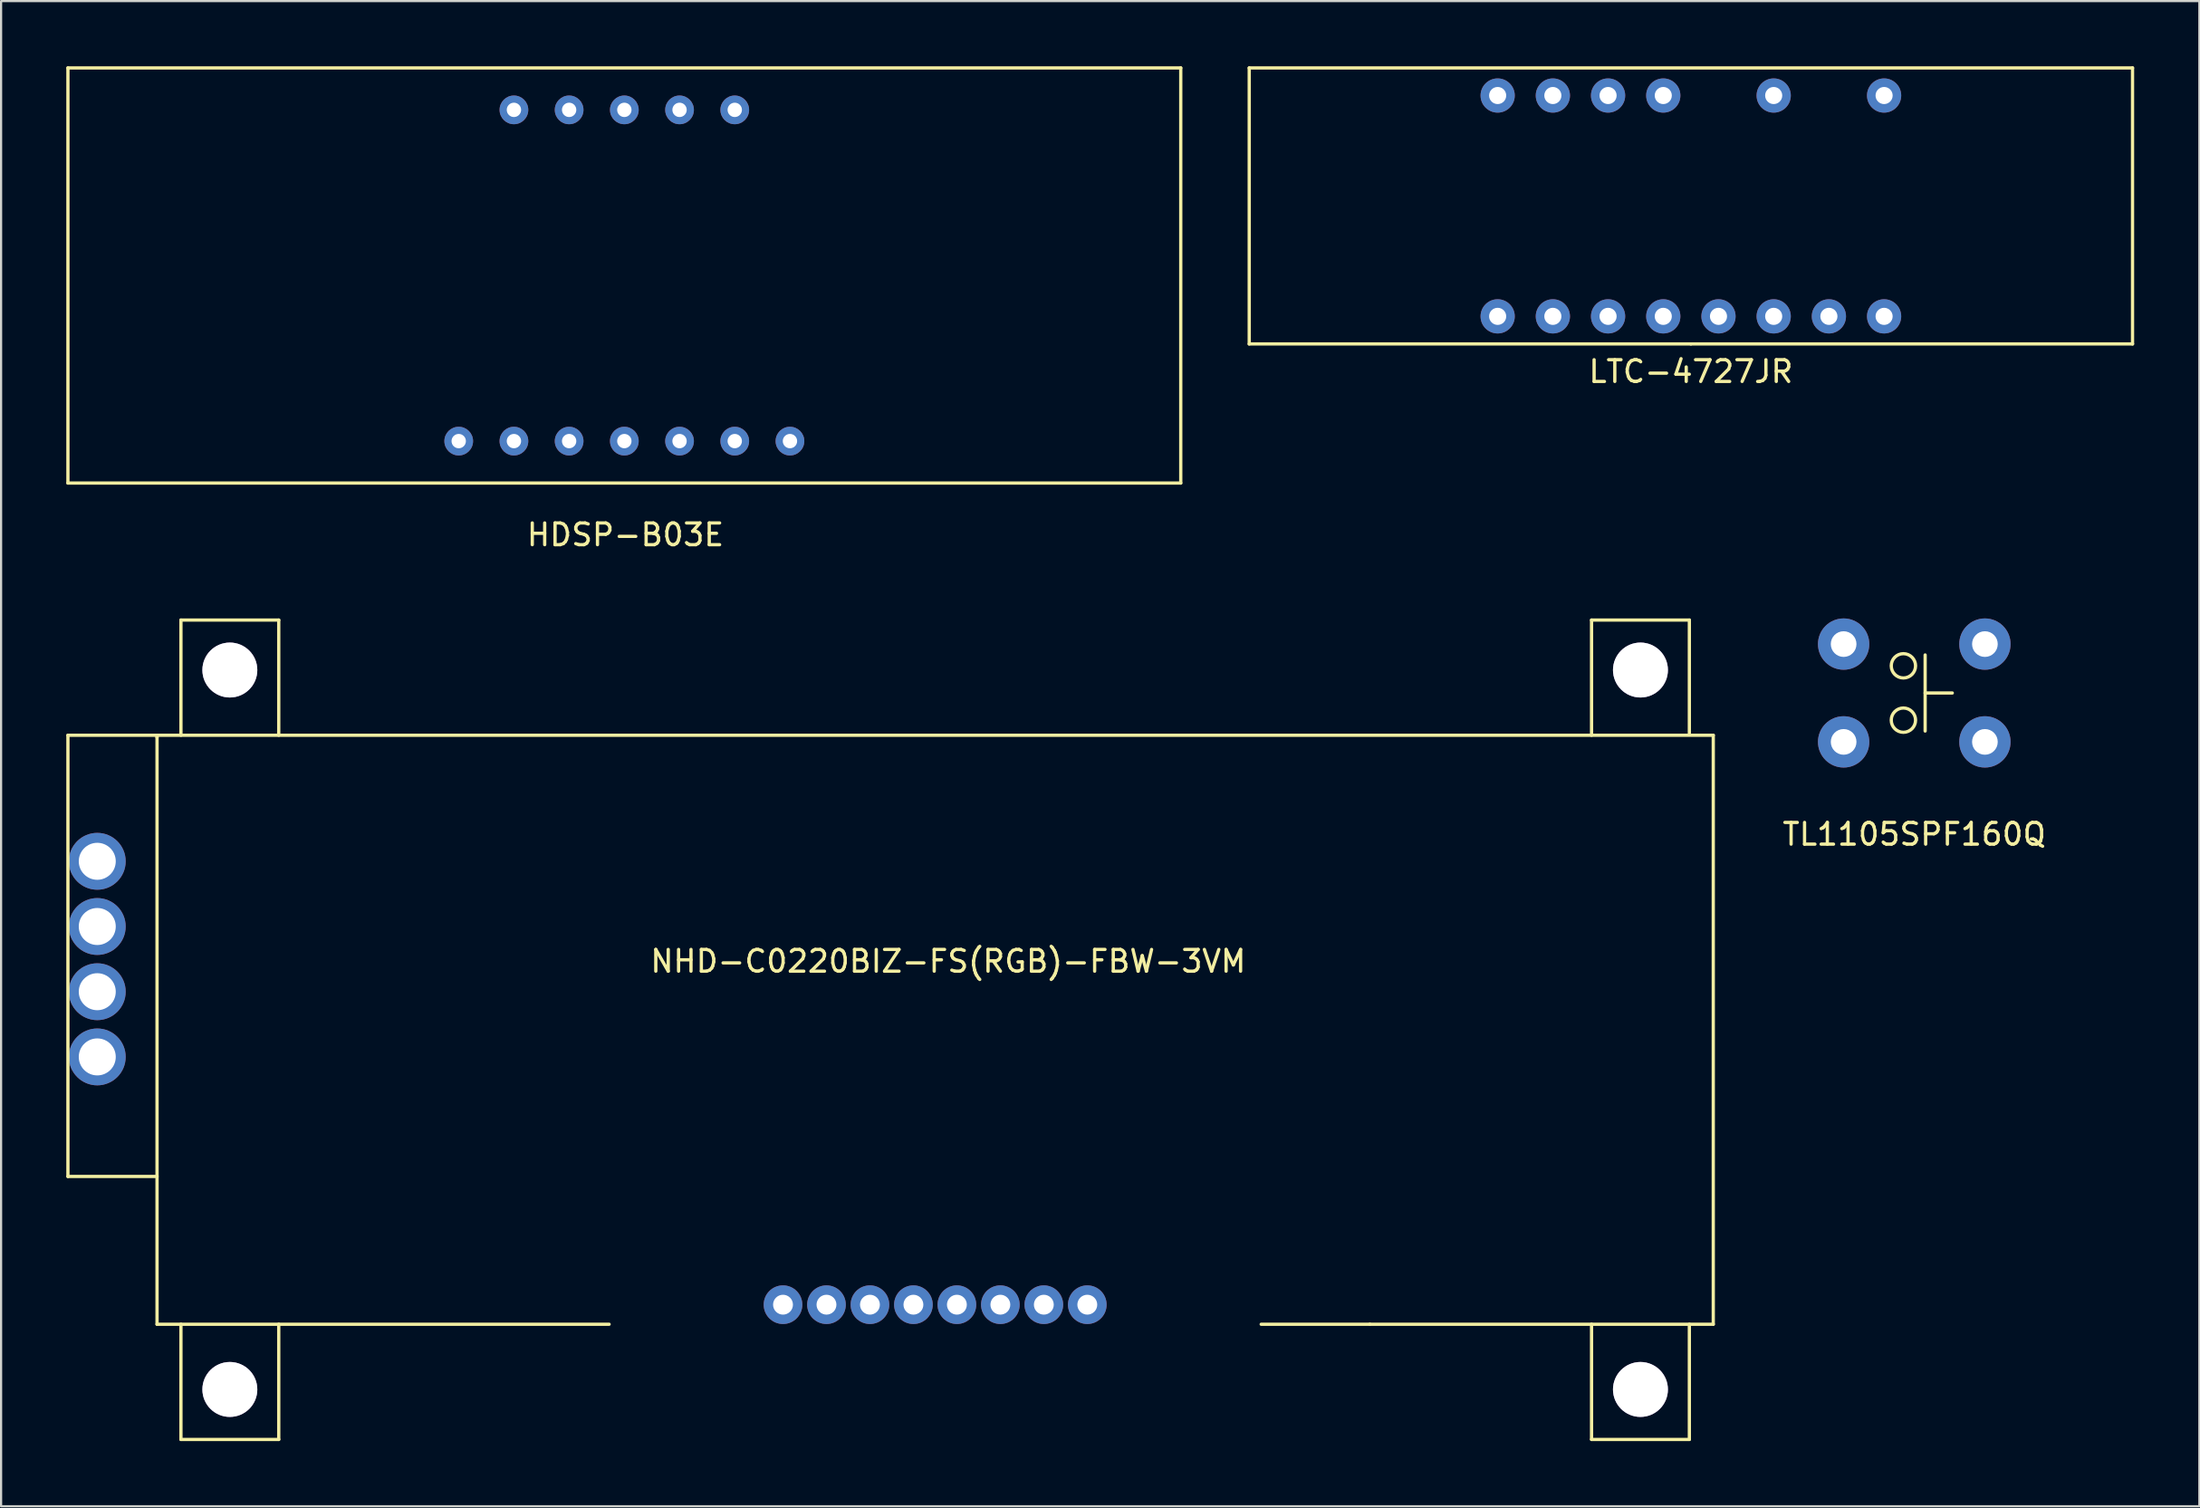
<source format=kicad_pcb>
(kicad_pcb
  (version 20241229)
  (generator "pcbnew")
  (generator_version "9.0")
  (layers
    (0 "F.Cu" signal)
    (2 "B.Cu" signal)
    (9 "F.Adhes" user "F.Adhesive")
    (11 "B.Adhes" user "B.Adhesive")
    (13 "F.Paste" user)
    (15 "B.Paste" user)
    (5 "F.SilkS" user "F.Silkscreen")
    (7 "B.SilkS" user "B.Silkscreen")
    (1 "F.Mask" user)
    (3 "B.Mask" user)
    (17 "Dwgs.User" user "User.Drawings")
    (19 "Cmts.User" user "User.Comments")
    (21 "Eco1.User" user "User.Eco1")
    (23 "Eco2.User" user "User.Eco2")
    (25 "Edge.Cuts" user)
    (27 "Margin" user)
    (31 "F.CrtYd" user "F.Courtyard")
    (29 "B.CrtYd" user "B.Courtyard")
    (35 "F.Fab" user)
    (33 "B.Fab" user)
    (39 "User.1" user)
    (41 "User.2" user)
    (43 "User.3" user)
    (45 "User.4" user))
  (footprint "TL1105SPF160Q"
    (layer "F.Cu")
    (at 85.023 28.834)
    (property "Reference" "TL1105SPF160Q" (at 0 6.5 0) (layer "F.SilkS") (effects (font (size 1 1) (thickness 0.15))))
    (attr through_hole)
    (fp_line (start 0.5 -1.75) (end 0.5 1.75) (stroke (width 0.15) (type solid)) (layer "F.SilkS"))
    (fp_line (start 0.5 0) (end 1.75 0) (stroke (width 0.15) (type solid)) (layer "F.SilkS"))
    (fp_circle (center -0.5 -1.25) (end 0 -1) (stroke (width 0.15) (type solid)) (fill no) (layer "F.SilkS"))
    (fp_circle (center -0.5 1.25) (end -0.25 1.75) (stroke (width 0.15) (type solid)) (fill no) (layer "F.SilkS"))
    (pad "1" thru_hole circle (at -3.25 2.25) (size 2.362 2.362) (drill 1.181) (layers "*.Cu" "*.Mask"))
    (pad "1" thru_hole circle (at 3.25 2.25) (size 2.362 2.362) (drill 1.181) (layers "*.Cu" "*.Mask"))
    (pad "2" thru_hole circle (at -3.25 -2.25) (size 2.362 2.362) (drill 1.181) (layers "*.Cu" "*.Mask"))
    (pad "2" thru_hole circle (at 3.25 -2.25) (size 2.362 2.362) (drill 1.181) (layers "*.Cu" "*.Mask")))
  (footprint "NHD-C0220BIZ-FS(RGB)-FBW-3VM"
    (layer "F.Cu")
    (at 39.975 41.078)
    (property "Reference" "NHD-C0220BIZ-FS(RGB)-FBW-3VM" (at 0.6 0.1 0) (layer "F.SilkS") (effects (font (size 1 1) (thickness 0.15))))
    (attr through_hole)
    (fp_line (start -39.9 -10.3) (end -39.9 10) (stroke (width 0.15) (type solid)) (layer "F.SilkS"))
    (fp_line (start -39.9 10) (end -35.8 10) (stroke (width 0.15) (type solid)) (layer "F.SilkS"))
    (fp_line (start -35.8 -10.3) (end -39.9 -10.3) (stroke (width 0.15) (type solid)) (layer "F.SilkS"))
    (fp_line (start -35.8 -10.3) (end 35.8 -10.3) (stroke (width 0.15) (type solid)) (layer "F.SilkS"))
    (fp_line (start -35.8 -10.2) (end -35.8 -10.3) (stroke (width 0.15) (type solid)) (layer "F.SilkS"))
    (fp_line (start -35.8 16.8) (end -35.8 -10.3) (stroke (width 0.15) (type solid)) (layer "F.SilkS"))
    (fp_line (start -35.8 16.8) (end -15 16.8) (stroke (width 0.15) (type solid)) (layer "F.SilkS"))
    (fp_line (start -34.7 -15.6) (end -34.7 -10.3) (stroke (width 0.15) (type solid)) (layer "F.SilkS"))
    (fp_line (start -34.7 -15.6) (end -30.2 -15.6) (stroke (width 0.15) (type solid)) (layer "F.SilkS"))
    (fp_line (start -34.7 16.8) (end -34.7 22.1) (stroke (width 0.15) (type solid)) (layer "F.SilkS"))
    (fp_line (start -34.7 22.1) (end -30.2 22.1) (stroke (width 0.15) (type solid)) (layer "F.SilkS"))
    (fp_line (start -30.2 -15.6) (end -30.2 -10.3) (stroke (width 0.15) (type solid)) (layer "F.SilkS"))
    (fp_line (start -30.2 22.1) (end -30.2 16.8) (stroke (width 0.15) (type solid)) (layer "F.SilkS"))
    (fp_line (start 20 16.8) (end 15 16.8) (stroke (width 0.15) (type solid)) (layer "F.SilkS"))
    (fp_line (start 30.2 -15.6) (end 30.2 -10.3) (stroke (width 0.15) (type solid)) (layer "F.SilkS"))
    (fp_line (start 30.2 22.1) (end 30.2 16.8) (stroke (width 0.15) (type solid)) (layer "F.SilkS"))
    (fp_line (start 34.7 -15.6) (end 30.2 -15.6) (stroke (width 0.15) (type solid)) (layer "F.SilkS"))
    (fp_line (start 34.7 -10.4) (end 34.7 -15.6) (stroke (width 0.15) (type solid)) (layer "F.SilkS"))
    (fp_line (start 34.7 16.8) (end 34.7 22.1) (stroke (width 0.15) (type solid)) (layer "F.SilkS"))
    (fp_line (start 34.7 22.1) (end 30.2 22.1) (stroke (width 0.15) (type solid)) (layer "F.SilkS"))
    (fp_line (start 35.8 -10.3) (end 35.8 16.8) (stroke (width 0.15) (type solid)) (layer "F.SilkS"))
    (fp_line (start 35.8 16.8) (end 20 16.8) (stroke (width 0.15) (type solid)) (layer "F.SilkS"))
    (pad "" thru_hole circle (at -32.45 -13.3) (size 2.527 2.527) (drill 2.527) (layers "*.Cu" "*.Mask"))
    (pad "" thru_hole circle (at -32.45 19.8) (size 2.527 2.527) (drill 2.527) (layers "*.Cu" "*.Mask"))
    (pad "" thru_hole circle (at 32.45 -13.3) (size 2.527 2.527) (drill 2.527) (layers "*.Cu" "*.Mask"))
    (pad "" thru_hole circle (at 32.45 19.8) (size 2.527 2.527) (drill 2.527) (layers "*.Cu" "*.Mask"))
    (pad "1" thru_hole circle (at 7 15.9) (size 1.778 1.778) (drill 0.914) (layers "*.Cu" "*.Mask"))
    (pad "2" thru_hole circle (at 5 15.9) (size 1.778 1.778) (drill 0.914) (layers "*.Cu" "*.Mask"))
    (pad "3" thru_hole circle (at 3 15.9) (size 1.778 1.778) (drill 0.914) (layers "*.Cu" "*.Mask"))
    (pad "4" thru_hole circle (at 1 15.9) (size 1.778 1.778) (drill 0.914) (layers "*.Cu" "*.Mask"))
    (pad "5" thru_hole circle (at -1 15.9) (size 1.778 1.778) (drill 0.914) (layers "*.Cu" "*.Mask"))
    (pad "6" thru_hole circle (at -3 15.9) (size 1.778 1.778) (drill 0.914) (layers "*.Cu" "*.Mask"))
    (pad "7" thru_hole circle (at -5 15.9) (size 1.778 1.778) (drill 0.914) (layers "*.Cu" "*.Mask"))
    (pad "8" thru_hole circle (at -7 15.9) (size 1.778 1.778) (drill 0.914) (layers "*.Cu" "*.Mask"))
    (pad "9" thru_hole circle (at -38.55 4.5) (size 2.616 2.616) (drill 1.702) (layers "*.Cu" "*.Mask"))
    (pad "10" thru_hole circle (at -38.55 -4.5) (size 2.616 2.616) (drill 1.702) (layers "*.Cu" "*.Mask"))
    (pad "11" thru_hole circle (at -38.55 -1.5) (size 2.616 2.616) (drill 1.702) (layers "*.Cu" "*.Mask"))
    (pad "12" thru_hole circle (at -38.55 1.5) (size 2.616 2.616) (drill 1.702) (layers "*.Cu" "*.Mask")))
  (footprint "HDSP-B03E"
    (layer "F.Cu")
    (at 25.675 9.625)
    (property "Reference" "HDSP-B03E" (at 0.05 11.93 0) (layer "F.SilkS") (effects (font (size 1 1) (thickness 0.15))))
    (attr through_hole)
    (fp_line (start -25.6 -9.55) (end -25.6 9.55) (stroke (width 0.15) (type solid)) (layer "F.SilkS"))
    (fp_line (start -25.6 9.55) (end 25.6 9.55) (stroke (width 0.15) (type solid)) (layer "F.SilkS"))
    (fp_line (start 25.6 -9.55) (end -25.6 -9.55) (stroke (width 0.15) (type solid)) (layer "F.SilkS"))
    (fp_line (start 25.6 9.55) (end 25.6 -9.55) (stroke (width 0.15) (type solid)) (layer "F.SilkS"))
    (pad "1" thru_hole circle (at -7.62 7.62) (size 1.321 1.321) (drill 0.66) (layers "*.Cu" "*.Mask"))
    (pad "2" thru_hole circle (at -5.08 7.62) (size 1.321 1.321) (drill 0.66) (layers "*.Cu" "*.Mask"))
    (pad "3" thru_hole circle (at -2.54 7.62) (size 1.321 1.321) (drill 0.66) (layers "*.Cu" "*.Mask"))
    (pad "4" thru_hole circle (at 0 7.62) (size 1.321 1.321) (drill 0.66) (layers "*.Cu" "*.Mask"))
    (pad "5" thru_hole circle (at 2.54 7.62) (size 1.321 1.321) (drill 0.66) (layers "*.Cu" "*.Mask"))
    (pad "6" thru_hole circle (at 5.08 7.62) (size 1.321 1.321) (drill 0.66) (layers "*.Cu" "*.Mask"))
    (pad "7" thru_hole circle (at 7.62 7.62) (size 1.321 1.321) (drill 0.66) (layers "*.Cu" "*.Mask"))
    (pad "8" thru_hole circle (at 5.08 -7.62) (size 1.321 1.321) (drill 0.66) (layers "*.Cu" "*.Mask"))
    (pad "9" thru_hole circle (at 2.54 -7.62) (size 1.321 1.321) (drill 0.66) (layers "*.Cu" "*.Mask"))
    (pad "10" thru_hole circle (at 0 -7.62) (size 1.321 1.321) (drill 0.66) (layers "*.Cu" "*.Mask"))
    (pad "11" thru_hole circle (at -2.54 -7.62) (size 1.321 1.321) (drill 0.66) (layers "*.Cu" "*.Mask"))
    (pad "12" thru_hole circle (at -5.08 -7.62) (size 1.321 1.321) (drill 0.66) (layers "*.Cu" "*.Mask")))
  (footprint "LTC-4727JR"
    (layer "F.Cu")
    (at 74.745 6.425)
    (property "Reference" "LTC-4727JR" (at 0 7.62 0) (layer "F.SilkS") (effects (font (size 1 1) (thickness 0.15))))
    (attr through_hole)
    (fp_line (start -20.32 -6.35) (end -20.32 6.35) (stroke (width 0.15) (type solid)) (layer "F.SilkS"))
    (fp_line (start -20.32 6.35) (end 0 6.35) (stroke (width 0.15) (type solid)) (layer "F.SilkS"))
    (fp_line (start 0 6.35) (end 20.32 6.35) (stroke (width 0.15) (type solid)) (layer "F.SilkS"))
    (fp_line (start 20.32 -6.35) (end -20.32 -6.35) (stroke (width 0.15) (type solid)) (layer "F.SilkS"))
    (fp_line (start 20.32 6.35) (end 20.32 -6.35) (stroke (width 0.15) (type solid)) (layer "F.SilkS"))
    (pad "1" thru_hole circle (at -8.89 5.08) (size 1.575 1.575) (drill 0.787) (layers "*.Cu" "*.Mask"))
    (pad "2" thru_hole circle (at -6.35 5.08) (size 1.575 1.575) (drill 0.787) (layers "*.Cu" "*.Mask"))
    (pad "3" thru_hole circle (at -3.81 5.08) (size 1.575 1.575) (drill 0.787) (layers "*.Cu" "*.Mask"))
    (pad "4" thru_hole circle (at -1.27 5.08) (size 1.575 1.575) (drill 0.787) (layers "*.Cu" "*.Mask"))
    (pad "5" thru_hole circle (at 1.27 5.08) (size 1.575 1.575) (drill 0.787) (layers "*.Cu" "*.Mask"))
    (pad "6" thru_hole circle (at 3.81 5.08) (size 1.575 1.575) (drill 0.787) (layers "*.Cu" "*.Mask"))
    (pad "7" thru_hole circle (at 6.35 5.08) (size 1.575 1.575) (drill 0.787) (layers "*.Cu" "*.Mask"))
    (pad "8" thru_hole circle (at 8.89 5.08) (size 1.575 1.575) (drill 0.787) (layers "*.Cu" "*.Mask"))
    (pad "9" thru_hole circle (at 8.89 -5.08) (size 1.575 1.575) (drill 0.787) (layers "*.Cu" "*.Mask"))
    (pad "11" thru_hole circle (at 3.81 -5.08) (size 1.575 1.575) (drill 0.787) (layers "*.Cu" "*.Mask"))
    (pad "13" thru_hole circle (at -1.27 -5.08) (size 1.575 1.575) (drill 0.787) (layers "*.Cu" "*.Mask"))
    (pad "14" thru_hole circle (at -3.81 -5.08) (size 1.575 1.575) (drill 0.787) (layers "*.Cu" "*.Mask"))
    (pad "15" thru_hole circle (at -6.35 -5.08) (size 1.575 1.575) (drill 0.787) (layers "*.Cu" "*.Mask"))
    (pad "16" thru_hole circle (at -8.89 -5.08) (size 1.575 1.575) (drill 0.787) (layers "*.Cu" "*.Mask")))
  (gr_rect
    (start -3 -3)
    (end 98.14 66.253)
    (stroke (width 0.1) (type default))
    (fill no)
    (layer "Edge.Cuts")))
</source>
